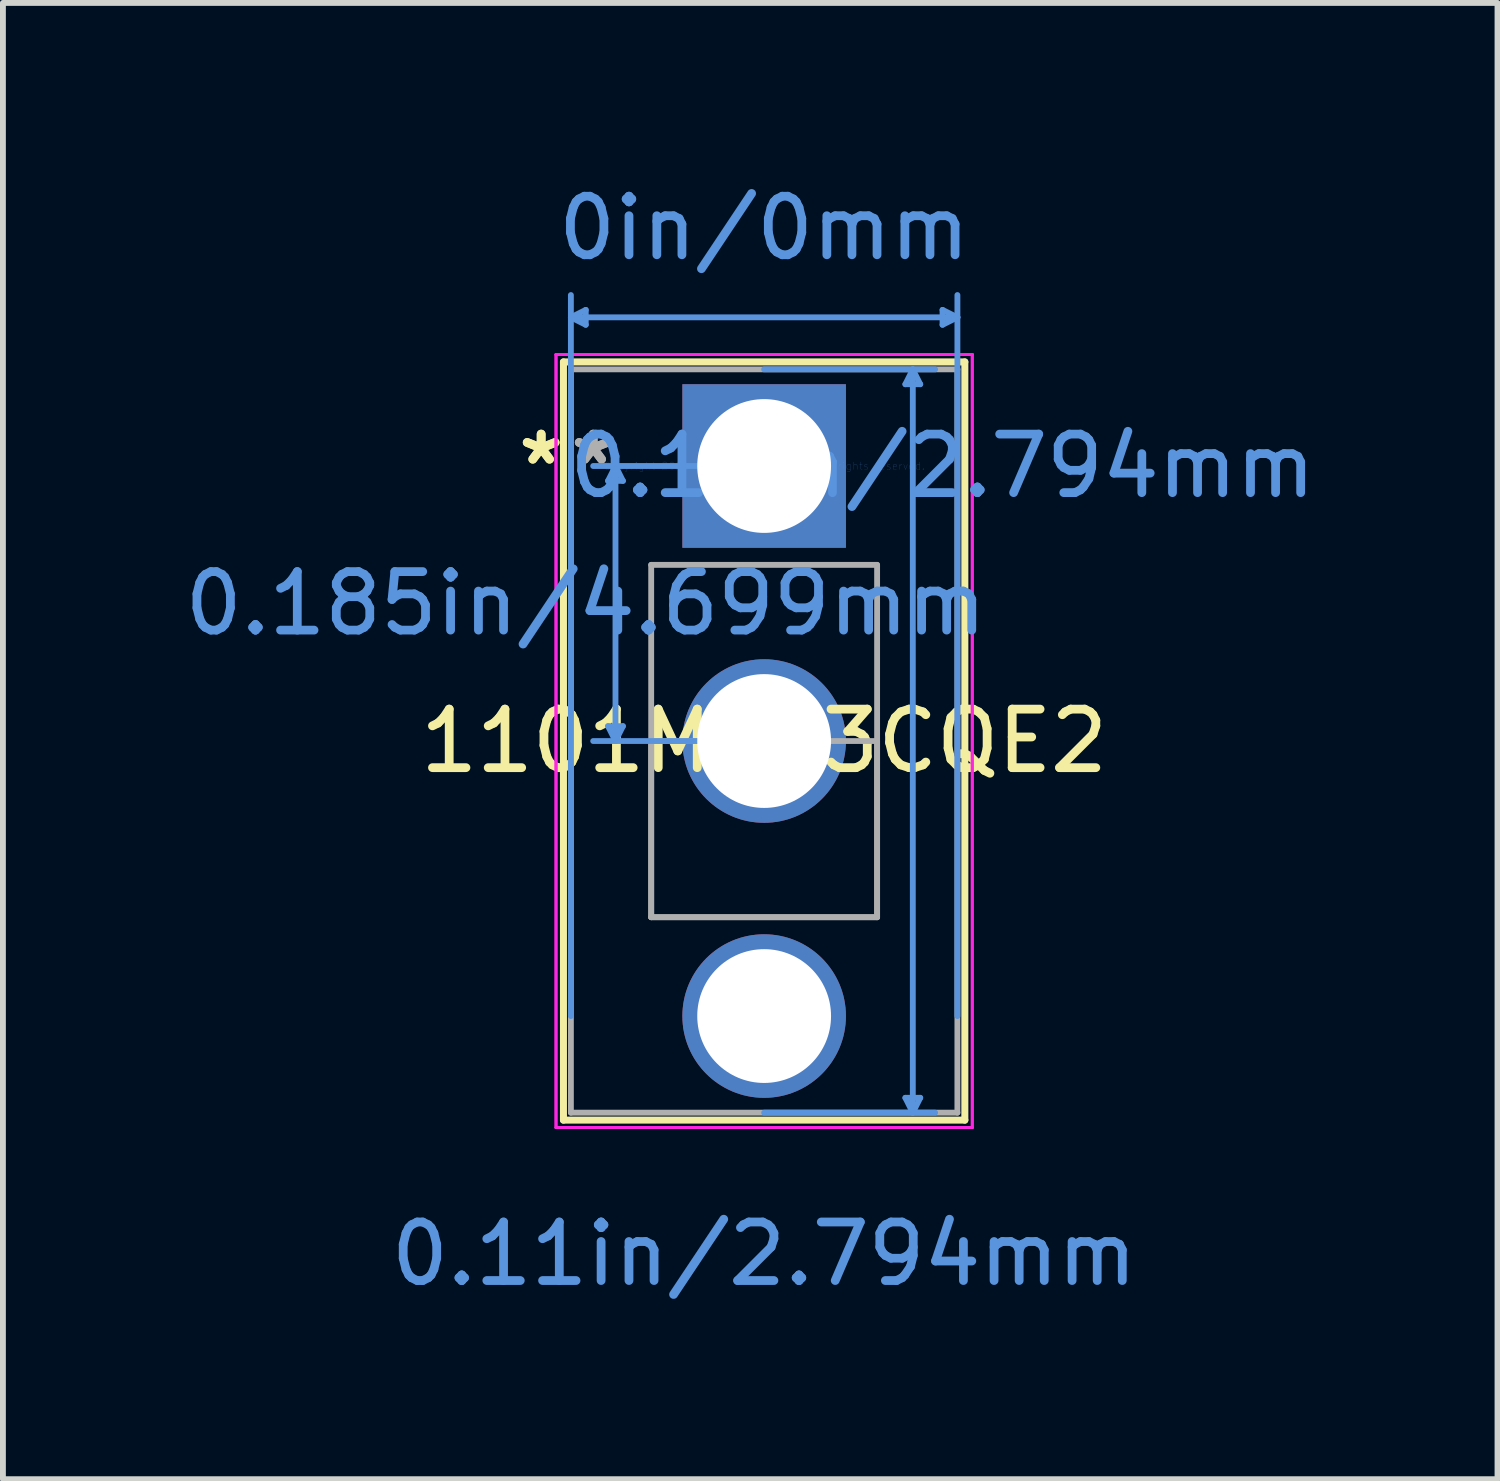
<source format=kicad_pcb>
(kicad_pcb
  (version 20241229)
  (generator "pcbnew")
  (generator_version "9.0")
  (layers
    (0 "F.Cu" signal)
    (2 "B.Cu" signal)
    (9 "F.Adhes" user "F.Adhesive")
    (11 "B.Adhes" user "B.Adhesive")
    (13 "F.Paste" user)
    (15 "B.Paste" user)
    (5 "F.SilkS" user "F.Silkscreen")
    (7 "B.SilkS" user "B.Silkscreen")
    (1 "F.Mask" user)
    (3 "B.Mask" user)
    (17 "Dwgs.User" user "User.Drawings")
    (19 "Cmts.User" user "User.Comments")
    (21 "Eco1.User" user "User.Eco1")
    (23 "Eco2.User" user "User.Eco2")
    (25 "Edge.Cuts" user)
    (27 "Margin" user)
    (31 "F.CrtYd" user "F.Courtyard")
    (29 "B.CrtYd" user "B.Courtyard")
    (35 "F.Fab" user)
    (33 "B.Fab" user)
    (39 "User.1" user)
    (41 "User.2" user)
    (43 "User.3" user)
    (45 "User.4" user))
  (footprint "1101M2S3CQE2"
    (layer "F.Cu")
    (at 10.006 4.912)
    (property "Reference" "1101M2S3CQE2" (at 0 4.699 0) (layer "F.SilkS") (effects (font (size 1 1) (thickness 0.15))))
    (attr through_hole)
    (fp_line (start -3.429 -1.778) (end -3.429 11.176) (stroke (width 0.12) (type solid)) (layer "F.SilkS"))
    (fp_line (start -3.429 11.176) (end 3.429 11.176) (stroke (width 0.12) (type solid)) (layer "F.SilkS"))
    (fp_line (start 3.429 -1.778) (end -3.429 -1.778) (stroke (width 0.12) (type solid)) (layer "F.SilkS"))
    (fp_line (start 3.429 11.176) (end 3.429 -1.778) (stroke (width 0.12) (type solid)) (layer "F.SilkS"))
    (fp_line (start -3.302 -2.54) (end -3.048 -2.667) (stroke (width 0.1) (type solid)) (layer "Cmts.User"))
    (fp_line (start -3.302 -2.54) (end -3.048 -2.413) (stroke (width 0.1) (type solid)) (layer "Cmts.User"))
    (fp_line (start -3.302 -2.54) (end 3.302 -2.54) (stroke (width 0.1) (type solid)) (layer "Cmts.User"))
    (fp_line (start -3.302 9.398) (end -3.302 -2.921) (stroke (width 0.1) (type solid)) (layer "Cmts.User"))
    (fp_line (start -3.048 -2.667) (end -3.048 -2.413) (stroke (width 0.1) (type solid)) (layer "Cmts.User"))
    (fp_line (start -2.667 0.254) (end -2.413 0.254) (stroke (width 0.1) (type solid)) (layer "Cmts.User"))
    (fp_line (start -2.667 4.445) (end -2.413 4.445) (stroke (width 0.1) (type solid)) (layer "Cmts.User"))
    (fp_line (start -2.54 0) (end -2.667 0.254) (stroke (width 0.1) (type solid)) (layer "Cmts.User"))
    (fp_line (start -2.54 0) (end -2.54 4.699) (stroke (width 0.1) (type solid)) (layer "Cmts.User"))
    (fp_line (start -2.54 0) (end -2.413 0.254) (stroke (width 0.1) (type solid)) (layer "Cmts.User"))
    (fp_line (start -2.54 4.699) (end -2.667 4.445) (stroke (width 0.1) (type solid)) (layer "Cmts.User"))
    (fp_line (start -2.54 4.699) (end -2.413 4.445) (stroke (width 0.1) (type solid)) (layer "Cmts.User"))
    (fp_line (start 0 -1.651) (end 2.921 -1.651) (stroke (width 0.1) (type solid)) (layer "Cmts.User"))
    (fp_line (start 0 0) (end -2.921 0) (stroke (width 0.1) (type solid)) (layer "Cmts.User"))
    (fp_line (start 0 4.699) (end -2.921 4.699) (stroke (width 0.1) (type solid)) (layer "Cmts.User"))
    (fp_line (start 0 11.049) (end 2.921 11.049) (stroke (width 0.1) (type solid)) (layer "Cmts.User"))
    (fp_line (start 2.413 -1.397) (end 2.667 -1.397) (stroke (width 0.1) (type solid)) (layer "Cmts.User"))
    (fp_line (start 2.413 10.795) (end 2.667 10.795) (stroke (width 0.1) (type solid)) (layer "Cmts.User"))
    (fp_line (start 2.54 -1.651) (end 2.413 -1.397) (stroke (width 0.1) (type solid)) (layer "Cmts.User"))
    (fp_line (start 2.54 -1.651) (end 2.54 11.049) (stroke (width 0.1) (type solid)) (layer "Cmts.User"))
    (fp_line (start 2.54 -1.651) (end 2.667 -1.397) (stroke (width 0.1) (type solid)) (layer "Cmts.User"))
    (fp_line (start 2.54 11.049) (end 2.413 10.795) (stroke (width 0.1) (type solid)) (layer "Cmts.User"))
    (fp_line (start 2.54 11.049) (end 2.667 10.795) (stroke (width 0.1) (type solid)) (layer "Cmts.User"))
    (fp_line (start 3.048 -2.667) (end 3.048 -2.413) (stroke (width 0.1) (type solid)) (layer "Cmts.User"))
    (fp_line (start 3.302 -2.54) (end 3.048 -2.667) (stroke (width 0.1) (type solid)) (layer "Cmts.User"))
    (fp_line (start 3.302 -2.54) (end 3.048 -2.413) (stroke (width 0.1) (type solid)) (layer "Cmts.User"))
    (fp_line (start 3.302 9.398) (end 3.302 -2.921) (stroke (width 0.1) (type solid)) (layer "Cmts.User"))
    (fp_line (start -3.556 -1.905) (end -3.556 11.303) (stroke (width 0.05) (type solid)) (layer "F.CrtYd"))
    (fp_line (start -3.556 -1.905) (end 3.556 -1.905) (stroke (width 0.05) (type solid)) (layer "F.CrtYd"))
    (fp_line (start -3.556 11.303) (end -3.556 -1.905) (stroke (width 0.05) (type solid)) (layer "F.CrtYd"))
    (fp_line (start -3.556 11.303) (end 3.556 11.303) (stroke (width 0.05) (type solid)) (layer "F.CrtYd"))
    (fp_line (start 3.556 -1.905) (end -3.556 -1.905) (stroke (width 0.05) (type solid)) (layer "F.CrtYd"))
    (fp_line (start 3.556 -1.905) (end 3.556 11.303) (stroke (width 0.05) (type solid)) (layer "F.CrtYd"))
    (fp_line (start 3.556 11.303) (end -3.556 11.303) (stroke (width 0.05) (type solid)) (layer "F.CrtYd"))
    (fp_line (start 3.556 11.303) (end 3.556 -1.905) (stroke (width 0.05) (type solid)) (layer "F.CrtYd"))
    (fp_line (start -3.302 -1.651) (end -3.302 11.049) (stroke (width 0.1) (type solid)) (layer "F.Fab"))
    (fp_line (start -3.302 11.049) (end 3.302 11.049) (stroke (width 0.1) (type solid)) (layer "F.Fab"))
    (fp_line (start -1.93 1.689) (end 1.93 1.689) (stroke (width 0.1) (type solid)) (layer "F.Fab"))
    (fp_line (start -1.93 4.699) (end 1.93 4.699) (stroke (width 0.1) (type solid)) (layer "F.Fab"))
    (fp_line (start -1.93 7.709) (end -1.93 1.689) (stroke (width 0.1) (type solid)) (layer "F.Fab"))
    (fp_line (start -1.93 7.709) (end -1.93 4.699) (stroke (width 0.1) (type solid)) (layer "F.Fab"))
    (fp_line (start 1.93 1.689) (end 1.93 7.709) (stroke (width 0.1) (type solid)) (layer "F.Fab"))
    (fp_line (start 1.93 4.699) (end 1.93 7.709) (stroke (width 0.1) (type solid)) (layer "F.Fab"))
    (fp_line (start 1.93 7.709) (end -1.93 7.709) (stroke (width 0.1) (type solid)) (layer "F.Fab"))
    (fp_line (start 1.93 7.709) (end -1.93 7.709) (stroke (width 0.1) (type solid)) (layer "F.Fab"))
    (fp_line (start 3.302 -1.651) (end -3.302 -1.651) (stroke (width 0.1) (type solid)) (layer "F.Fab"))
    (fp_line (start 3.302 11.049) (end 3.302 -1.651) (stroke (width 0.1) (type solid)) (layer "F.Fab"))
    (fp_text user "*" (at -3.81 0 0) (layer "F.SilkS") (effects (font (size 1 1) (thickness 0.15))))
    (fp_text user "*" (at -3.81 0 0) (layer "F.SilkS") (effects (font (size 1 1) (thickness 0.15))))
    (fp_text user "0in/0mm" (at 0 -4.064 0) (layer "Cmts.User") (effects (font (size 1 1) (thickness 0.15))))
    (fp_text user "Copyright 2021 Accelerated Designs. All rights reserved." (at 0 0 0) (layer "Cmts.User") (effects (font (size 0.127 0.127) (thickness 0.002))))
    (fp_text user "0.185in/4.699mm" (at -3.048 2.349 0) (layer "Cmts.User") (effects (font (size 1 1) (thickness 0.15))))
    (fp_text user "0.11in/2.794mm" (at 0 13.462 0) (layer "Cmts.User") (effects (font (size 1 1) (thickness 0.15))))
    (fp_text user "0.11in/2.794mm" (at 3.048 0 0) (layer "Cmts.User") (effects (font (size 1 1) (thickness 0.15))))
    (fp_text user "*" (at -2.921 0 0) (layer "F.Fab") (effects (font (size 1 1) (thickness 0.15))))
    (fp_text user "*" (at -2.921 0 0) (layer "F.Fab") (effects (font (size 1 1) (thickness 0.15))))
    (pad "1" thru_hole rect (at 0 0) (size 2.794 2.794) (drill 2.286) (layers "*.Cu" "*.Mask"))
    (pad "2" thru_hole circle (at 0 4.699) (size 2.794 2.794) (drill 2.286) (layers "*.Cu" "*.Mask"))
    (pad "3" thru_hole circle (at 0 9.398) (size 2.794 2.794) (drill 2.286) (layers "*.Cu" "*.Mask")))
  (gr_rect
    (start -3 -3)
    (end 22.536 22.223)
    (stroke (width 0.1) (type default))
    (fill no)
    (layer "Edge.Cuts")))
</source>
